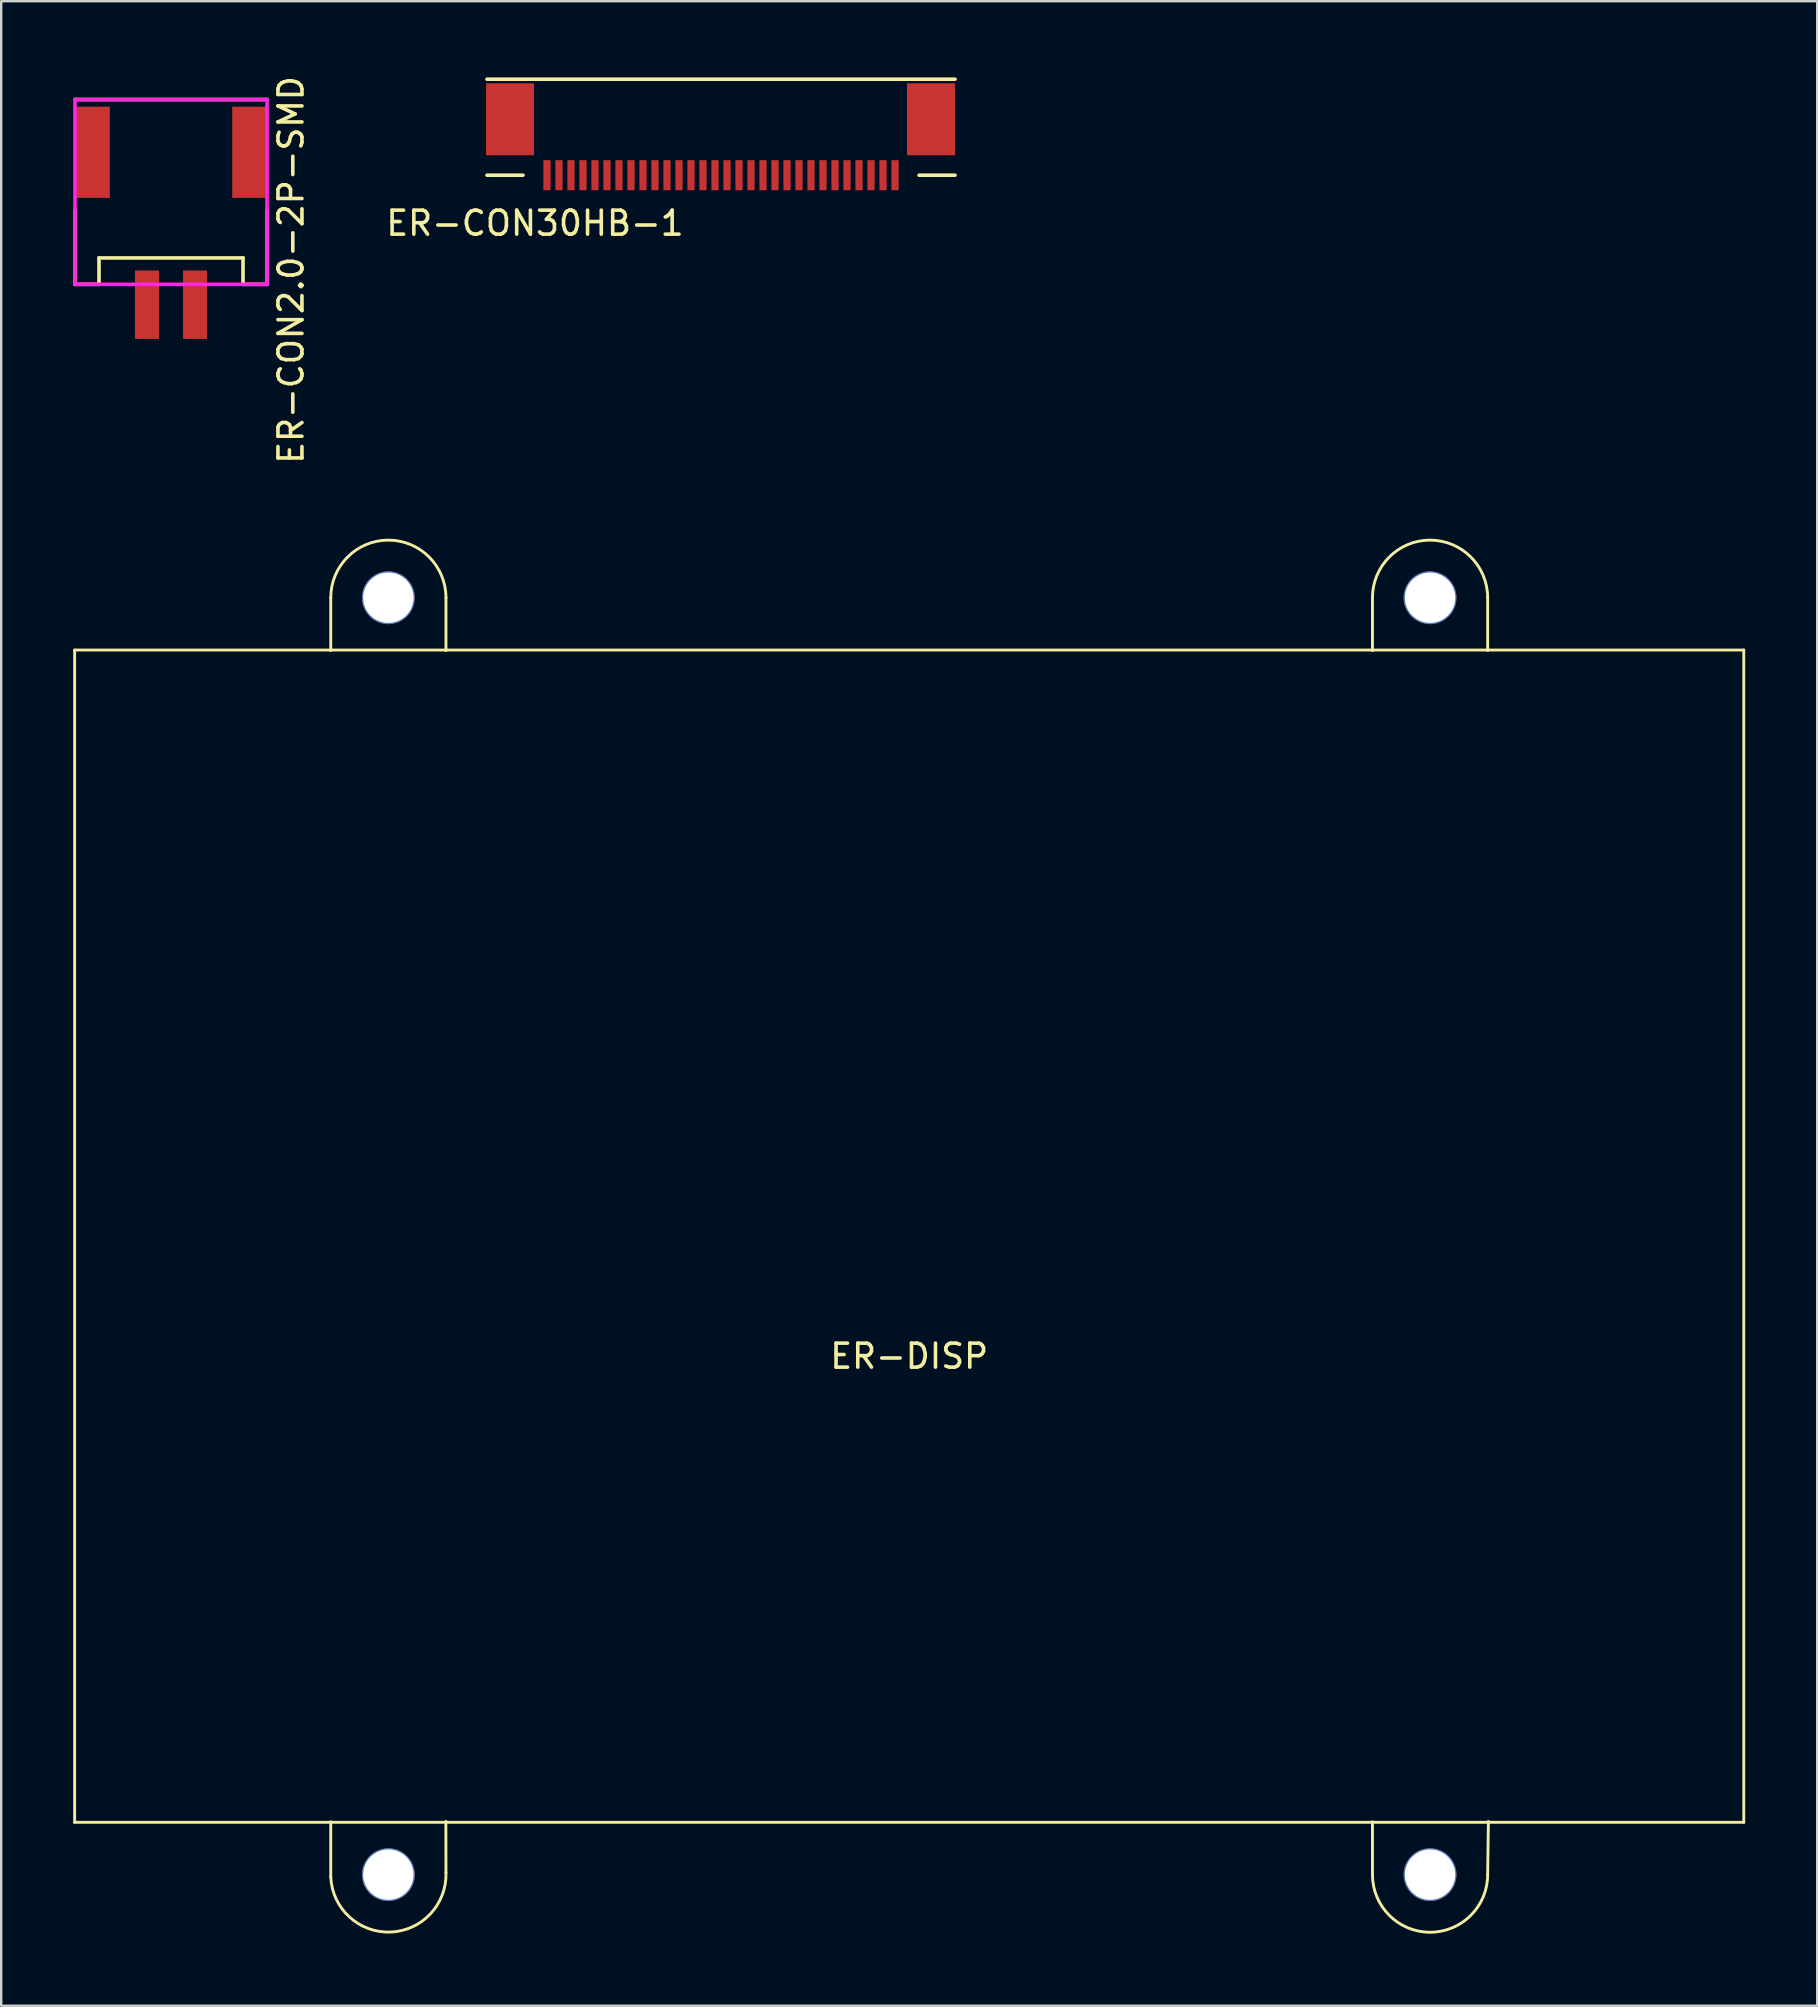
<source format=kicad_pcb>
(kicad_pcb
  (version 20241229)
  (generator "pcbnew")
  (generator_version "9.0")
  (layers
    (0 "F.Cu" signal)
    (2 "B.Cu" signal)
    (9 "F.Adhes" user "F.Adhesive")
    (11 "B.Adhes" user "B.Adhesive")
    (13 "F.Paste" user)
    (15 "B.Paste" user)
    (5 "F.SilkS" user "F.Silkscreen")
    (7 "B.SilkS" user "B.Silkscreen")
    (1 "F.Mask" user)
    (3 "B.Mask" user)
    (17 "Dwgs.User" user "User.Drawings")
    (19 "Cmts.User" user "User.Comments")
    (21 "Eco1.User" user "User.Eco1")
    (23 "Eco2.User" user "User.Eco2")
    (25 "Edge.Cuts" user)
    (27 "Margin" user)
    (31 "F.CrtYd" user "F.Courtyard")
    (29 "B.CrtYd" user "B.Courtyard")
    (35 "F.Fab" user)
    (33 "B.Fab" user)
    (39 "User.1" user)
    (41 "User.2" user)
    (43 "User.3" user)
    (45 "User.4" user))
  (footprint "ER-DISP"
    (layer "F.Cu")
    (at 34.83 48.453)
    (property "Reference" "ER-DISP" (at 0 5 0) (layer "F.SilkS") (effects (font (size 1 1) (thickness 0.15))))
    (attr through_hole)
    (fp_line (start -34.77 -24.42) (end 34.77 -24.42) (stroke (width 0.12) (type solid)) (layer "F.SilkS"))
    (fp_line (start -34.77 24.42) (end -34.77 -24.42) (stroke (width 0.12) (type solid)) (layer "F.SilkS"))
    (fp_line (start -24.1 -26.6) (end -24.1 -24.4) (stroke (width 0.12) (type solid)) (layer "F.SilkS"))
    (fp_line (start -24.1 24.4) (end -24.1 26.7) (stroke (width 0.12) (type solid)) (layer "F.SilkS"))
    (fp_line (start -19.3 -26.6) (end -19.3 -24.4) (stroke (width 0.12) (type solid)) (layer "F.SilkS"))
    (fp_line (start -19.3 26.511) (end -19.304 24.384) (stroke (width 0.12) (type solid)) (layer "F.SilkS"))
    (fp_line (start 19.3 -26.6) (end 19.3 -24.4) (stroke (width 0.12) (type solid)) (layer "F.SilkS"))
    (fp_line (start 19.3 24.4) (end 19.3 26.6) (stroke (width 0.12) (type solid)) (layer "F.SilkS"))
    (fp_line (start 24.1 -26.6) (end 24.1 -24.4) (stroke (width 0.12) (type solid)) (layer "F.SilkS"))
    (fp_line (start 24.1 26.6) (end 24.13 24.384) (stroke (width 0.12) (type solid)) (layer "F.SilkS"))
    (fp_line (start 34.77 -24.42) (end 34.77 24.42) (stroke (width 0.12) (type solid)) (layer "F.SilkS"))
    (fp_line (start 34.77 24.42) (end -34.77 24.42) (stroke (width 0.12) (type solid)) (layer "F.SilkS"))
    (fp_arc (start -24.1 -26.6) (mid -21.7 -29) (end -19.3 -26.6) (stroke (width 0.12) (type solid)) (layer "F.SilkS"))
    (fp_arc (start -19.299563 26.511095) (mid -21.605547 29.000225) (end -24.1 26.7) (stroke (width 0.12) (type solid)) (layer "F.SilkS"))
    (fp_arc (start 19.3 -26.6) (mid 21.7 -29) (end 24.1 -26.6) (stroke (width 0.12) (type solid)) (layer "F.SilkS"))
    (fp_arc (start 24.1 26.6) (mid 21.7 29) (end 19.3 26.6) (stroke (width 0.12) (type solid)) (layer "F.SilkS"))
    (fp_line (start -29.745 -17.72) (end -29.745 11.98) (stroke (width 0.12) (type solid)) (layer "Eco1.User"))
    (fp_line (start -29.745 -17.72) (end 29.745 -17.72) (stroke (width 0.12) (type solid)) (layer "Eco1.User"))
    (fp_line (start -29.745 11.98) (end 29.745 11.98) (stroke (width 0.12) (type solid)) (layer "Eco1.User"))
    (fp_line (start -7.77 24.38) (end -7.77 28.68) (stroke (width 0.12) (type solid)) (layer "Eco1.User"))
    (fp_line (start 7.73 24.48) (end 7.73 28.68) (stroke (width 0.12) (type solid)) (layer "Eco1.User"))
    (fp_line (start 7.73 28.68) (end -7.77 28.68) (stroke (width 0.12) (type solid)) (layer "Eco1.User"))
    (fp_line (start 29.745 11.98) (end 29.745 -17.72) (stroke (width 0.12) (type solid)) (layer "Eco1.User"))
    (pad "" np_thru_hole circle (at -21.7 -26.6) (size 2.2 2.2) (drill 2.1) (layers "*.Cu" "*.Mask"))
    (pad "" np_thru_hole circle (at -21.7 26.6) (size 2.2 2.2) (drill 2.1) (layers "*.Cu" "*.Mask"))
    (pad "" np_thru_hole circle (at 21.7 -26.6) (size 2.2 2.2) (drill 2.1) (layers "*.Cu" "*.Mask"))
    (pad "" np_thru_hole circle (at 21.7 26.6) (size 2.2 2.2) (drill 2.1) (layers "*.Cu" "*.Mask")))
  (footprint "ER-CON2.0-2P-SMD"
    (layer "F.Cu")
    (at 4.075 8.196)
    (property "Reference" "ER-CON2.0-2P-SMD" (at 5 0 90) (layer "F.SilkS") (effects (font (size 1 1) (thickness 0.15))))
    (attr through_hole)
    (fp_line (start -4 -7.1) (end 4 -7.1) (stroke (width 0.15) (type solid)) (layer "F.SilkS"))
    (fp_line (start -4 -2.5) (end -4 0.6) (stroke (width 0.15) (type solid)) (layer "F.SilkS"))
    (fp_line (start -3 -0.5) (end -3 0.6) (stroke (width 0.15) (type solid)) (layer "F.SilkS"))
    (fp_line (start -3 0.6) (end -4 0.6) (stroke (width 0.15) (type solid)) (layer "F.SilkS"))
    (fp_line (start 3 -0.5) (end -3 -0.5) (stroke (width 0.15) (type solid)) (layer "F.SilkS"))
    (fp_line (start 3 0.6) (end 3 -0.5) (stroke (width 0.15) (type solid)) (layer "F.SilkS"))
    (fp_line (start 4 -2.5) (end 4 0.6) (stroke (width 0.15) (type solid)) (layer "F.SilkS"))
    (fp_line (start 4 0.6) (end 3 0.6) (stroke (width 0.15) (type solid)) (layer "F.SilkS"))
    (fp_line (start -4 -7.1) (end -4 0.6) (stroke (width 0.15) (type solid)) (layer "F.CrtYd"))
    (fp_line (start -4 -7.1) (end 4 -7.1) (stroke (width 0.15) (type solid)) (layer "F.CrtYd"))
    (fp_line (start -4 0.6) (end 4 0.6) (stroke (width 0.15) (type solid)) (layer "F.CrtYd"))
    (fp_line (start 4 -7.1) (end 4 0.6) (stroke (width 0.15) (type solid)) (layer "F.CrtYd"))
    (pad "0" smd rect (at -3.25 -4.9) (size 1.4 3.8) (layers "F.Cu" "F.Mask" "F.Paste"))
    (pad "0" smd rect (at 3.25 -4.9) (size 1.4 3.8) (layers "F.Cu" "F.Mask" "F.Paste"))
    (pad "1" smd rect (at -1 1.45) (size 1 2.85) (layers "F.Cu" "F.Mask" "F.Paste"))
    (pad "2" smd rect (at 1 1.45) (size 1 2.85) (layers "F.Cu" "F.Mask" "F.Paste")))
  (footprint "ER-CON30HB-1"
    (layer "F.Cu")
    (at 26.989 0.25)
    (property "Reference" "ER-CON30HB-1" (at -7.75 6 0) (layer "F.SilkS") (effects (font (size 1 1) (thickness 0.15))))
    (attr through_hole)
    (fp_line (start -9.75 4) (end -8.25 4) (stroke (width 0.15) (type solid)) (layer "F.SilkS"))
    (fp_line (start 8.25 4) (end 9.75 4) (stroke (width 0.15) (type solid)) (layer "F.SilkS"))
    (fp_line (start 9.75 0) (end -9.75 0) (stroke (width 0.15) (type solid)) (layer "F.SilkS"))
    (pad "0" smd rect (at -8.79 1.67) (size 2 3) (layers "F.Cu" "F.Mask" "F.Paste"))
    (pad "0" smd rect (at 8.75 1.67) (size 2 3) (layers "F.Cu" "F.Mask" "F.Paste"))
    (pad "1" smd rect (at -7.25 4) (size 0.3 1.25) (layers "F.Cu" "F.Mask" "F.Paste"))
    (pad "2" smd rect (at -6.75 4) (size 0.3 1.25) (layers "F.Cu" "F.Mask" "F.Paste"))
    (pad "3" smd rect (at -6.25 4) (size 0.3 1.25) (layers "F.Cu" "F.Mask" "F.Paste"))
    (pad "4" smd rect (at -5.75 4) (size 0.3 1.25) (layers "F.Cu" "F.Mask" "F.Paste"))
    (pad "5" smd rect (at -5.25 4) (size 0.3 1.25) (layers "F.Cu" "F.Mask" "F.Paste"))
    (pad "6" smd rect (at -4.75 4) (size 0.3 1.25) (layers "F.Cu" "F.Mask" "F.Paste"))
    (pad "7" smd rect (at -4.25 4) (size 0.3 1.25) (layers "F.Cu" "F.Mask" "F.Paste"))
    (pad "8" smd rect (at -3.75 4) (size 0.3 1.25) (layers "F.Cu" "F.Mask" "F.Paste"))
    (pad "9" smd rect (at -3.25 4) (size 0.3 1.25) (layers "F.Cu" "F.Mask" "F.Paste"))
    (pad "10" smd rect (at -2.75 4) (size 0.3 1.25) (layers "F.Cu" "F.Mask" "F.Paste"))
    (pad "11" smd rect (at -2.25 4) (size 0.3 1.25) (layers "F.Cu" "F.Mask" "F.Paste"))
    (pad "12" smd rect (at -1.75 4) (size 0.3 1.25) (layers "F.Cu" "F.Mask" "F.Paste"))
    (pad "13" smd rect (at -1.25 4) (size 0.3 1.25) (layers "F.Cu" "F.Mask" "F.Paste"))
    (pad "14" smd rect (at -0.75 4) (size 0.3 1.25) (layers "F.Cu" "F.Mask" "F.Paste"))
    (pad "15" smd rect (at -0.25 4) (size 0.3 1.25) (layers "F.Cu" "F.Mask" "F.Paste"))
    (pad "16" smd rect (at 0.25 4) (size 0.3 1.25) (layers "F.Cu" "F.Mask" "F.Paste"))
    (pad "17" smd rect (at 0.75 4) (size 0.3 1.25) (layers "F.Cu" "F.Mask" "F.Paste"))
    (pad "18" smd rect (at 1.25 4) (size 0.3 1.25) (layers "F.Cu" "F.Mask" "F.Paste"))
    (pad "19" smd rect (at 1.75 4) (size 0.3 1.25) (layers "F.Cu" "F.Mask" "F.Paste"))
    (pad "20" smd rect (at 2.25 4) (size 0.3 1.25) (layers "F.Cu" "F.Mask" "F.Paste"))
    (pad "21" smd rect (at 2.75 4) (size 0.3 1.25) (layers "F.Cu" "F.Mask" "F.Paste"))
    (pad "22" smd rect (at 3.25 4) (size 0.3 1.25) (layers "F.Cu" "F.Mask" "F.Paste"))
    (pad "23" smd rect (at 3.75 4) (size 0.3 1.25) (layers "F.Cu" "F.Mask" "F.Paste"))
    (pad "24" smd rect (at 4.25 4) (size 0.3 1.25) (layers "F.Cu" "F.Mask" "F.Paste"))
    (pad "25" smd rect (at 4.75 4) (size 0.3 1.25) (layers "F.Cu" "F.Mask" "F.Paste"))
    (pad "26" smd rect (at 5.25 4) (size 0.3 1.25) (layers "F.Cu" "F.Mask" "F.Paste"))
    (pad "27" smd rect (at 5.75 4) (size 0.3 1.25) (layers "F.Cu" "F.Mask" "F.Paste"))
    (pad "28" smd rect (at 6.25 4) (size 0.3 1.25) (layers "F.Cu" "F.Mask" "F.Paste"))
    (pad "29" smd rect (at 6.75 4) (size 0.3 1.25) (layers "F.Cu" "F.Mask" "F.Paste"))
    (pad "30" smd rect (at 7.25 4) (size 0.3 1.25) (layers "F.Cu" "F.Mask" "F.Paste")))
  (gr_rect
    (start -3 -3)
    (end 72.66 80.515)
    (stroke (width 0.1) (type default))
    (fill no)
    (layer "Edge.Cuts")))
</source>
